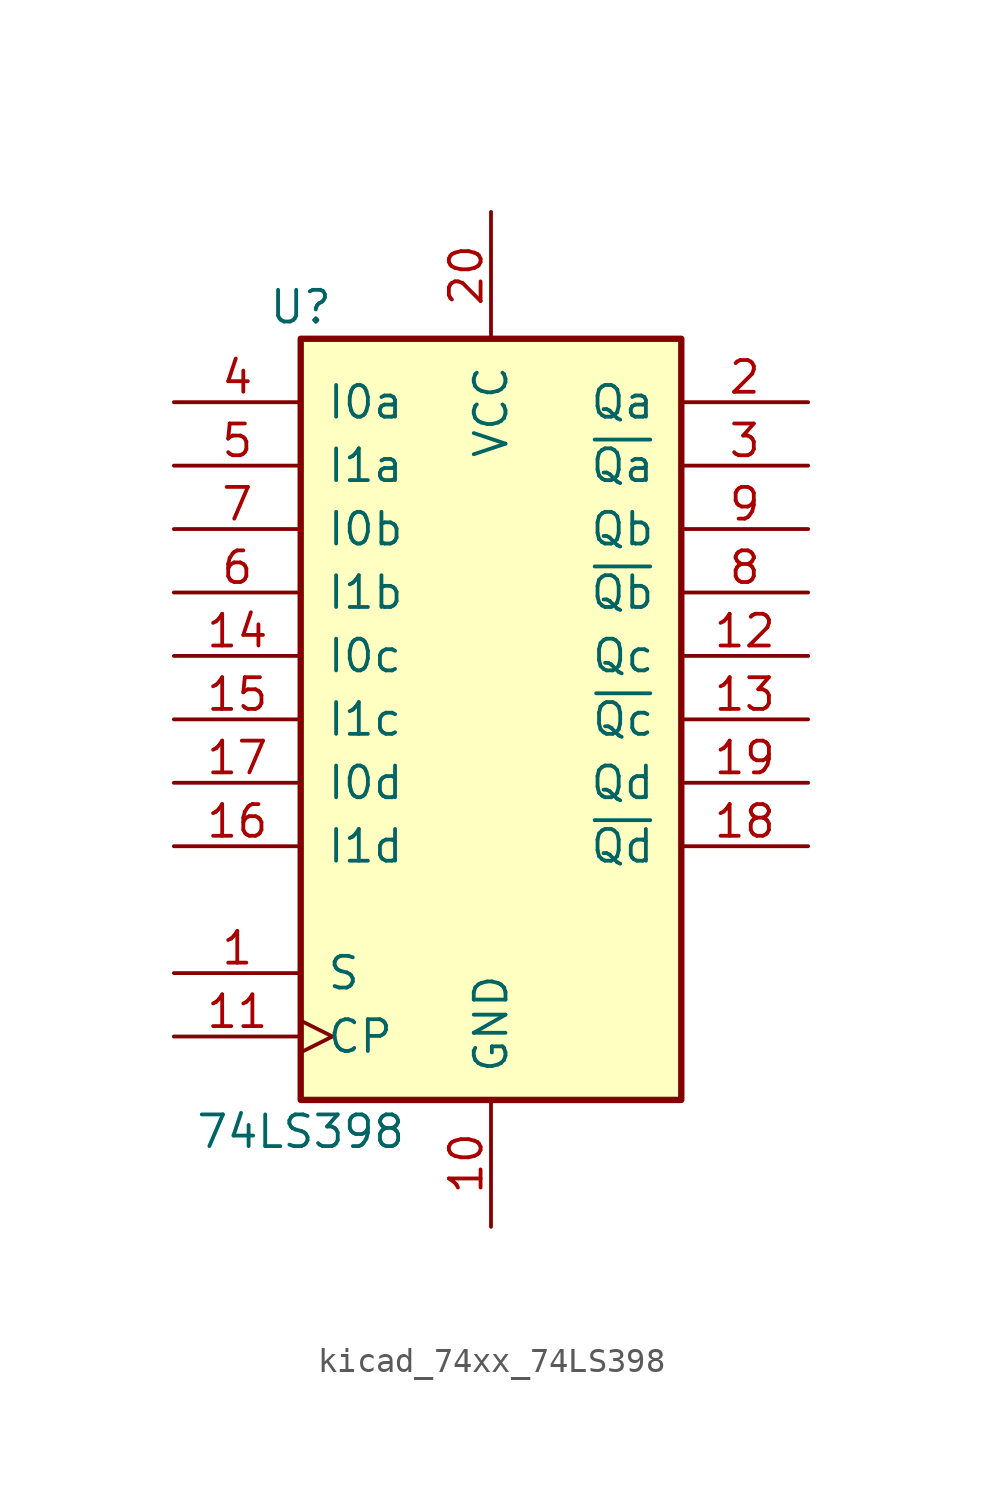
<source format=kicad_sym>
(kicad_symbol_lib
  (version 20220914)
  (generator kicad_symbol_editor)
  (symbol "kicad_74xx_74LS398"
    (pin_names
      (offset 1.016))
    (property "Reference" "U"
      (at -7.62 16.51 0)
      (effects (font (size 1.27 1.27))))
    (property "Value" "74LS398"
      (at -7.62 -16.51 0)
      (effects (font (size 1.27 1.27))))
    (property "ki_locked" ""
      (at 0 0 0)
      (effects (font (size 1.27 1.27))))
    (symbol "kicad_74xx_74LS398_1_0"
      (pin input line (at -12.7 -10.16 0) (length 5.08) (name "S" (effects (font (size 1.27 1.27)))) (number "1" (effects (font (size 1.27 1.27)))))
      (pin power_in line (at 0 -20.32 90) (length 5.08) (name "GND" (effects (font (size 1.27 1.27)))) (number "10" (effects (font (size 1.27 1.27)))))
      (pin input clock (at -12.7 -12.7 0) (length 5.08) (name "CP" (effects (font (size 1.27 1.27)))) (number "11" (effects (font (size 1.27 1.27)))))
      (pin output line (at 12.7 2.54 180) (length 5.08) (name "Qc" (effects (font (size 1.27 1.27)))) (number "12" (effects (font (size 1.27 1.27)))))
      (pin output line (at 12.7 0 180) (length 5.08) (name "~{Qc}" (effects (font (size 1.27 1.27)))) (number "13" (effects (font (size 1.27 1.27)))))
      (pin input line (at -12.7 2.54 0) (length 5.08) (name "I0c" (effects (font (size 1.27 1.27)))) (number "14" (effects (font (size 1.27 1.27)))))
      (pin input line (at -12.7 0 0) (length 5.08) (name "I1c" (effects (font (size 1.27 1.27)))) (number "15" (effects (font (size 1.27 1.27)))))
      (pin input line (at -12.7 -5.08 0) (length 5.08) (name "I1d" (effects (font (size 1.27 1.27)))) (number "16" (effects (font (size 1.27 1.27)))))
      (pin input line (at -12.7 -2.54 0) (length 5.08) (name "I0d" (effects (font (size 1.27 1.27)))) (number "17" (effects (font (size 1.27 1.27)))))
      (pin output line (at 12.7 -5.08 180) (length 5.08) (name "~{Qd}" (effects (font (size 1.27 1.27)))) (number "18" (effects (font (size 1.27 1.27)))))
      (pin output line (at 12.7 -2.54 180) (length 5.08) (name "Qd" (effects (font (size 1.27 1.27)))) (number "19" (effects (font (size 1.27 1.27)))))
      (pin output line (at 12.7 12.7 180) (length 5.08) (name "Qa" (effects (font (size 1.27 1.27)))) (number "2" (effects (font (size 1.27 1.27)))))
      (pin power_in line (at 0 20.32 270) (length 5.08) (name "VCC" (effects (font (size 1.27 1.27)))) (number "20" (effects (font (size 1.27 1.27)))))
      (pin output line (at 12.7 10.16 180) (length 5.08) (name "~{Qa}" (effects (font (size 1.27 1.27)))) (number "3" (effects (font (size 1.27 1.27)))))
      (pin input line (at -12.7 12.7 0) (length 5.08) (name "I0a" (effects (font (size 1.27 1.27)))) (number "4" (effects (font (size 1.27 1.27)))))
      (pin input line (at -12.7 10.16 0) (length 5.08) (name "I1a" (effects (font (size 1.27 1.27)))) (number "5" (effects (font (size 1.27 1.27)))))
      (pin input line (at -12.7 5.08 0) (length 5.08) (name "I1b" (effects (font (size 1.27 1.27)))) (number "6" (effects (font (size 1.27 1.27)))))
      (pin input line (at -12.7 7.62 0) (length 5.08) (name "I0b" (effects (font (size 1.27 1.27)))) (number "7" (effects (font (size 1.27 1.27)))))
      (pin output line (at 12.7 5.08 180) (length 5.08) (name "~{Qb}" (effects (font (size 1.27 1.27)))) (number "8" (effects (font (size 1.27 1.27)))))
      (pin output line (at 12.7 7.62 180) (length 5.08) (name "Qb" (effects (font (size 1.27 1.27)))) (number "9" (effects (font (size 1.27 1.27))))))
    (symbol "kicad_74xx_74LS398_1_1"
      (rectangle (start -7.62 15.24) (end 7.62 -15.24) (stroke (width 0.254) (type default)) (fill (type background))))))
</source>
